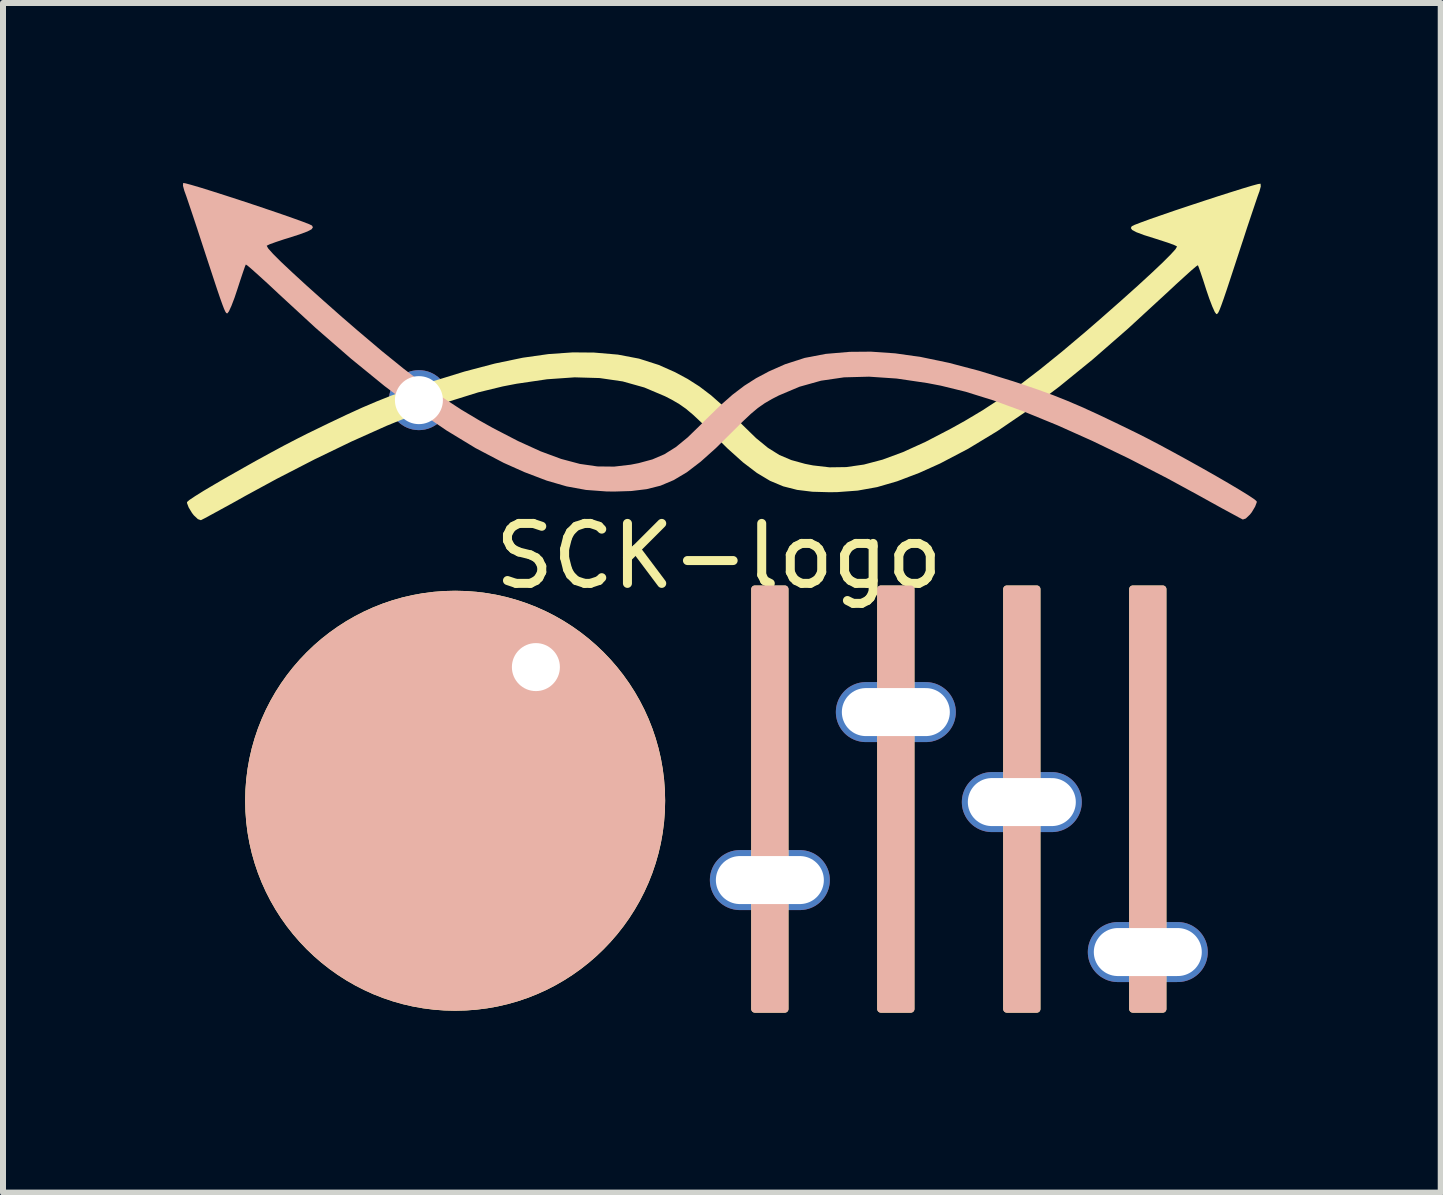
<source format=kicad_pcb>
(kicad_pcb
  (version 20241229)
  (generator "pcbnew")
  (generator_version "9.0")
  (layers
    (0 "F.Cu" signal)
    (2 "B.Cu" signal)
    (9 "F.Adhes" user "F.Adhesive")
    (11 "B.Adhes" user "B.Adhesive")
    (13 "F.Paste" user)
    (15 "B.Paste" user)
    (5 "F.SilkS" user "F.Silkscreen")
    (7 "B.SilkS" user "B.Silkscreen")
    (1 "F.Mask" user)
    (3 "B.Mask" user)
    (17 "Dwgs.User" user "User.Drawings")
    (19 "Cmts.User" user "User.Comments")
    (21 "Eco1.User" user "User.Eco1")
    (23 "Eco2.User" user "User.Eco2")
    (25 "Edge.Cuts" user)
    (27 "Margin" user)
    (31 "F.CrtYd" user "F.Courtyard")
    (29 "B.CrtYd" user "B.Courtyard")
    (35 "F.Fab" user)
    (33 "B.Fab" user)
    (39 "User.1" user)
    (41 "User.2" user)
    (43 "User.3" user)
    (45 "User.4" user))
  (footprint "SCK-logo"
    (layer "F.Cu")
    (at 8.933 6.77)
    (property "Reference" "SCK-logo" (at 0 -0.55 0) (unlocked yes) (layer "F.SilkS") (effects (font (size 1 1) (thickness 0.15))))
    (attr through_hole)
    (fp_circle (center -4.396 3.528) (end -0.896 3.478) (stroke (width 0) (type solid)) (fill yes) (layer "F.SilkS"))
    (fp_poly (pts (xy 1.1 4.5) (xy 0.6 4.5) (xy 0.6 0) (xy 1.1 0)) (stroke (width 0.12) (type solid)) (fill yes) (layer "F.SilkS"))
    (fp_poly (pts (xy 1.1 7) (xy 0.6 7) (xy 0.6 5.2) (xy 1.1 5.2)) (stroke (width 0.12) (type solid)) (fill yes) (layer "F.SilkS"))
    (fp_poly (pts (xy 3.2 1.7) (xy 2.7 1.7) (xy 2.7 0) (xy 3.2 0)) (stroke (width 0.12) (type solid)) (fill yes) (layer "F.SilkS"))
    (fp_poly (pts (xy 3.2 7) (xy 2.7 7) (xy 2.7 2.4) (xy 3.2 2.4)) (stroke (width 0.12) (type solid)) (fill yes) (layer "F.SilkS"))
    (fp_poly (pts (xy 5.3 3.2) (xy 4.8 3.2) (xy 4.8 0) (xy 5.3 0)) (stroke (width 0.12) (type solid)) (fill yes) (layer "F.SilkS"))
    (fp_poly (pts (xy 5.3 7) (xy 4.8 7) (xy 4.8 3.9) (xy 5.3 3.9)) (stroke (width 0.12) (type solid)) (fill yes) (layer "F.SilkS"))
    (fp_poly (pts (xy 7.4 5.7) (xy 6.9 5.7) (xy 6.9 0) (xy 7.4 0)) (stroke (width 0.12) (type solid)) (fill yes) (layer "F.SilkS"))
    (fp_poly (pts (xy 7.4 7) (xy 6.9 7) (xy 6.9 6.4) (xy 7.4 6.4)) (stroke (width 0.12) (type solid)) (fill yes) (layer "F.SilkS"))
    (fp_poly (pts (xy 9.03 -6.758) (xy 9.033 -6.711) (xy 9.01 -6.626) (xy 9.005 -6.614) (xy 8.978 -6.539) (xy 8.933 -6.406) (xy 8.873 -6.228) (xy 8.803 -6.019) (xy 8.729 -5.791) (xy 8.727 -5.786) (xy 8.62 -5.459) (xy 8.534 -5.197) (xy 8.467 -4.994) (xy 8.415 -4.841) (xy 8.376 -4.732) (xy 8.348 -4.659) (xy 8.328 -4.615) (xy 8.313 -4.593) (xy 8.3 -4.585) (xy 8.293 -4.584) (xy 8.267 -4.618) (xy 8.225 -4.711) (xy 8.173 -4.847) (xy 8.126 -4.985) (xy 8.074 -5.147) (xy 8.029 -5.281) (xy 7.997 -5.37) (xy 7.985 -5.399) (xy 7.955 -5.379) (xy 7.878 -5.314) (xy 7.764 -5.211) (xy 7.62 -5.08) (xy 7.456 -4.927) (xy 7.446 -4.918) (xy 6.82 -4.342) (xy 6.231 -3.828) (xy 5.673 -3.374) (xy 5.144 -2.976) (xy 4.639 -2.632) (xy 4.155 -2.339) (xy 3.688 -2.094) (xy 3.339 -1.937) (xy 2.971 -1.797) (xy 2.637 -1.7) (xy 2.314 -1.642) (xy 1.977 -1.617) (xy 1.848 -1.615) (xy 1.559 -1.623) (xy 1.305 -1.654) (xy 1.073 -1.713) (xy 0.853 -1.805) (xy 0.633 -1.937) (xy 0.402 -2.113) (xy 0.148 -2.341) (xy -0.116 -2.601) (xy -0.292 -2.777) (xy -0.432 -2.908) (xy -0.55 -3.007) (xy -0.663 -3.086) (xy -0.785 -3.157) (xy -0.898 -3.215) (xy -1.243 -3.361) (xy -1.603 -3.462) (xy -1.987 -3.518) (xy -2.404 -3.53) (xy -2.863 -3.498) (xy -3.373 -3.423) (xy -3.601 -3.379) (xy -4.013 -3.279) (xy -4.478 -3.134) (xy -4.989 -2.947) (xy -5.541 -2.721) (xy -6.126 -2.459) (xy -6.739 -2.163) (xy -7.372 -1.837) (xy -7.889 -1.556) (xy -8.1 -1.438) (xy -8.29 -1.334) (xy -8.449 -1.247) (xy -8.565 -1.184) (xy -8.628 -1.152) (xy -8.635 -1.149) (xy -8.684 -1.166) (xy -8.752 -1.23) (xy -8.783 -1.27) (xy -8.839 -1.363) (xy -8.866 -1.435) (xy -8.865 -1.452) (xy -8.826 -1.486) (xy -8.73 -1.55) (xy -8.586 -1.64) (xy -8.403 -1.748) (xy -8.191 -1.871) (xy -7.96 -2.002) (xy -7.72 -2.137) (xy -7.479 -2.269) (xy -7.249 -2.393) (xy -7.037 -2.503) (xy -6.869 -2.588) (xy -6.513 -2.761) (xy -6.21 -2.905) (xy -5.945 -3.026) (xy -5.703 -3.129) (xy -5.47 -3.222) (xy -5.231 -3.31) (xy -4.971 -3.399) (xy -4.807 -3.452) (xy -4.243 -3.626) (xy -3.734 -3.76) (xy -3.269 -3.857) (xy -2.839 -3.918) (xy -2.435 -3.946) (xy -2.081 -3.943) (xy -1.683 -3.909) (xy -1.331 -3.842) (xy -1.003 -3.737) (xy -0.732 -3.617) (xy -0.52 -3.503) (xy -0.324 -3.378) (xy -0.128 -3.229) (xy 0.08 -3.045) (xy 0.317 -2.815) (xy 0.398 -2.733) (xy 0.62 -2.517) (xy 0.818 -2.355) (xy 1.008 -2.236) (xy 1.208 -2.151) (xy 1.437 -2.088) (xy 1.569 -2.062) (xy 1.845 -2.03) (xy 2.125 -2.034) (xy 2.417 -2.076) (xy 2.728 -2.158) (xy 3.069 -2.284) (xy 3.445 -2.455) (xy 3.866 -2.674) (xy 4.098 -2.803) (xy 4.398 -2.982) (xy 4.701 -3.18) (xy 5.017 -3.405) (xy 5.353 -3.662) (xy 5.719 -3.958) (xy 6.123 -4.299) (xy 6.38 -4.522) (xy 6.7 -4.804) (xy 6.978 -5.053) (xy 7.21 -5.266) (xy 7.395 -5.441) (xy 7.529 -5.575) (xy 7.611 -5.665) (xy 7.637 -5.71) (xy 7.635 -5.713) (xy 7.588 -5.736) (xy 7.486 -5.774) (xy 7.347 -5.819) (xy 7.282 -5.84) (xy 7.088 -5.901) (xy 6.96 -5.949) (xy 6.889 -5.987) (xy 6.867 -6.019) (xy 6.882 -6.048) (xy 6.928 -6.071) (xy 7.035 -6.112) (xy 7.19 -6.169) (xy 7.384 -6.236) (xy 7.604 -6.312) (xy 7.841 -6.391) (xy 8.083 -6.471) (xy 8.319 -6.548) (xy 8.539 -6.618) (xy 8.731 -6.678) (xy 8.884 -6.724) (xy 8.987 -6.752) (xy 9.03 -6.758)) (stroke (width 0) (type solid)) (fill yes) (layer "F.SilkS"))
    (fp_circle (center -4.396 3.528) (end -7.896 3.478) (stroke (width 0) (type solid)) (fill yes) (layer "B.SilkS"))
    (fp_poly (pts (xy 0.6 4.5) (xy 1.1 4.5) (xy 1.1 0) (xy 0.6 0)) (stroke (width 0.12) (type solid)) (fill yes) (layer "B.SilkS"))
    (fp_poly (pts (xy 0.6 7) (xy 1.1 7) (xy 1.1 5.2) (xy 0.6 5.2)) (stroke (width 0.12) (type solid)) (fill yes) (layer "B.SilkS"))
    (fp_poly (pts (xy 2.7 1.7) (xy 3.2 1.7) (xy 3.2 0) (xy 2.7 0)) (stroke (width 0.12) (type solid)) (fill yes) (layer "B.SilkS"))
    (fp_poly (pts (xy 2.7 7) (xy 3.2 7) (xy 3.2 2.4) (xy 2.7 2.4)) (stroke (width 0.12) (type solid)) (fill yes) (layer "B.SilkS"))
    (fp_poly (pts (xy 4.8 3.2) (xy 5.3 3.2) (xy 5.3 0) (xy 4.8 0)) (stroke (width 0.12) (type solid)) (fill yes) (layer "B.SilkS"))
    (fp_poly (pts (xy 4.8 7) (xy 5.3 7) (xy 5.3 3.9) (xy 4.8 3.9)) (stroke (width 0.12) (type solid)) (fill yes) (layer "B.SilkS"))
    (fp_poly (pts (xy 6.9 5.7) (xy 7.4 5.7) (xy 7.4 0) (xy 6.9 0)) (stroke (width 0.12) (type solid)) (fill yes) (layer "B.SilkS"))
    (fp_poly (pts (xy 6.9 7) (xy 7.4 7) (xy 7.4 6.4) (xy 6.9 6.4)) (stroke (width 0.12) (type solid)) (fill yes) (layer "B.SilkS"))
    (fp_poly (pts (xy -8.93 -6.77) (xy -8.933 -6.723) (xy -8.91 -6.638) (xy -8.905 -6.625) (xy -8.878 -6.551) (xy -8.833 -6.418) (xy -8.773 -6.24) (xy -8.703 -6.03) (xy -8.629 -5.803) (xy -8.627 -5.797) (xy -8.52 -5.47) (xy -8.434 -5.209) (xy -8.367 -5.006) (xy -8.315 -4.853) (xy -8.276 -4.744) (xy -8.248 -4.671) (xy -8.228 -4.627) (xy -8.213 -4.604) (xy -8.201 -4.597) (xy -8.193 -4.596) (xy -8.167 -4.63) (xy -8.125 -4.722) (xy -8.073 -4.858) (xy -8.027 -4.996) (xy -7.974 -5.159) (xy -7.929 -5.293) (xy -7.898 -5.382) (xy -7.885 -5.411) (xy -7.855 -5.391) (xy -7.778 -5.325) (xy -7.664 -5.223) (xy -7.52 -5.092) (xy -7.356 -4.939) (xy -7.346 -4.929) (xy -6.721 -4.353) (xy -6.131 -3.84) (xy -5.573 -3.385) (xy -5.044 -2.988) (xy -4.539 -2.644) (xy -4.055 -2.35) (xy -3.588 -2.105) (xy -3.239 -1.949) (xy -2.871 -1.809) (xy -2.537 -1.712) (xy -2.214 -1.653) (xy -1.877 -1.628) (xy -1.748 -1.626) (xy -1.459 -1.635) (xy -1.205 -1.666) (xy -0.973 -1.724) (xy -0.753 -1.817) (xy -0.533 -1.948) (xy -0.302 -2.125) (xy -0.048 -2.352) (xy 0.216 -2.613) (xy 0.392 -2.788) (xy 0.532 -2.92) (xy 0.65 -3.019) (xy 0.763 -3.098) (xy 0.885 -3.169) (xy 0.998 -3.227) (xy 1.343 -3.373) (xy 1.703 -3.474) (xy 2.087 -3.53) (xy 2.504 -3.541) (xy 2.963 -3.51) (xy 3.472 -3.435) (xy 3.701 -3.391) (xy 4.113 -3.29) (xy 4.578 -3.145) (xy 5.089 -2.958) (xy 5.641 -2.732) (xy 6.226 -2.47) (xy 6.838 -2.175) (xy 7.471 -1.849) (xy 7.989 -1.567) (xy 8.2 -1.45) (xy 8.39 -1.345) (xy 8.549 -1.259) (xy 8.665 -1.196) (xy 8.728 -1.163) (xy 8.735 -1.16) (xy 8.784 -1.177) (xy 8.852 -1.242) (xy 8.883 -1.281) (xy 8.939 -1.375) (xy 8.966 -1.446) (xy 8.965 -1.464) (xy 8.926 -1.498) (xy 8.83 -1.562) (xy 8.686 -1.651) (xy 8.503 -1.76) (xy 8.291 -1.883) (xy 8.06 -2.014) (xy 7.82 -2.148) (xy 7.579 -2.28) (xy 7.349 -2.404) (xy 7.137 -2.515) (xy 6.969 -2.6) (xy 6.613 -2.773) (xy 6.31 -2.917) (xy 6.045 -3.038) (xy 5.803 -3.141) (xy 5.57 -3.234) (xy 5.331 -3.321) (xy 5.071 -3.41) (xy 4.907 -3.464) (xy 4.343 -3.638) (xy 3.834 -3.772) (xy 3.369 -3.869) (xy 2.939 -3.93) (xy 2.535 -3.958) (xy 2.18 -3.955) (xy 1.782 -3.921) (xy 1.431 -3.854) (xy 1.103 -3.748) (xy 0.832 -3.628) (xy 0.62 -3.515) (xy 0.424 -3.39) (xy 0.228 -3.241) (xy 0.019 -3.057) (xy -0.217 -2.827) (xy -0.299 -2.744) (xy -0.52 -2.529) (xy -0.718 -2.367) (xy -0.908 -2.248) (xy -1.108 -2.162) (xy -1.337 -2.1) (xy -1.47 -2.074) (xy -1.745 -2.042) (xy -2.025 -2.045) (xy -2.317 -2.087) (xy -2.629 -2.17) (xy -2.969 -2.296) (xy -3.345 -2.467) (xy -3.766 -2.685) (xy -3.998 -2.815) (xy -4.298 -2.994) (xy -4.601 -3.192) (xy -4.917 -3.416) (xy -5.253 -3.673) (xy -5.619 -3.969) (xy -6.023 -4.311) (xy -6.28 -4.533) (xy -6.6 -4.816) (xy -6.878 -5.065) (xy -7.11 -5.278) (xy -7.295 -5.452) (xy -7.43 -5.586) (xy -7.511 -5.677) (xy -7.537 -5.722) (xy -7.535 -5.725) (xy -7.488 -5.748) (xy -7.386 -5.785) (xy -7.248 -5.831) (xy -7.182 -5.851) (xy -6.989 -5.913) (xy -6.86 -5.961) (xy -6.789 -5.998) (xy -6.767 -6.031) (xy -6.782 -6.06) (xy -6.829 -6.083) (xy -6.935 -6.124) (xy -7.09 -6.18) (xy -7.284 -6.248) (xy -7.504 -6.323) (xy -7.741 -6.403) (xy -7.983 -6.483) (xy -8.22 -6.56) (xy -8.439 -6.63) (xy -8.631 -6.69) (xy -8.784 -6.735) (xy -8.887 -6.763) (xy -8.93 -6.77)) (stroke (width 0) (type solid)) (fill yes) (layer "B.SilkS"))
    (pad "1" thru_hole circle (at -3.05 1.3) (size 1 1) (drill 0.8) (layers "*.Cu" "*.Mask"))
    (pad "2" thru_hole circle (at -5 -3.15) (size 1 1) (drill 0.8) (layers "*.Cu" "*.Mask"))
    (pad "3" thru_hole oval (at 0.85 4.85) (size 2 1) (drill oval 1.8 0.8) (layers "*.Cu" "*.Mask"))
    (pad "4" thru_hole oval (at 2.95 2.05) (size 2 1) (drill oval 1.8 0.8) (layers "*.Cu" "*.Mask"))
    (pad "5" thru_hole oval (at 5.05 3.55) (size 2 1) (drill oval 1.8 0.8) (layers "*.Cu" "*.Mask"))
    (pad "6" thru_hole oval (at 7.15 6.05) (size 2 1) (drill oval 1.8 0.8) (layers "*.Cu" "*.Mask")))
  (gr_rect
    (start -3 -3)
    (end 20.966 16.83)
    (stroke (width 0.1) (type default))
    (fill no)
    (layer "Edge.Cuts")))
</source>
